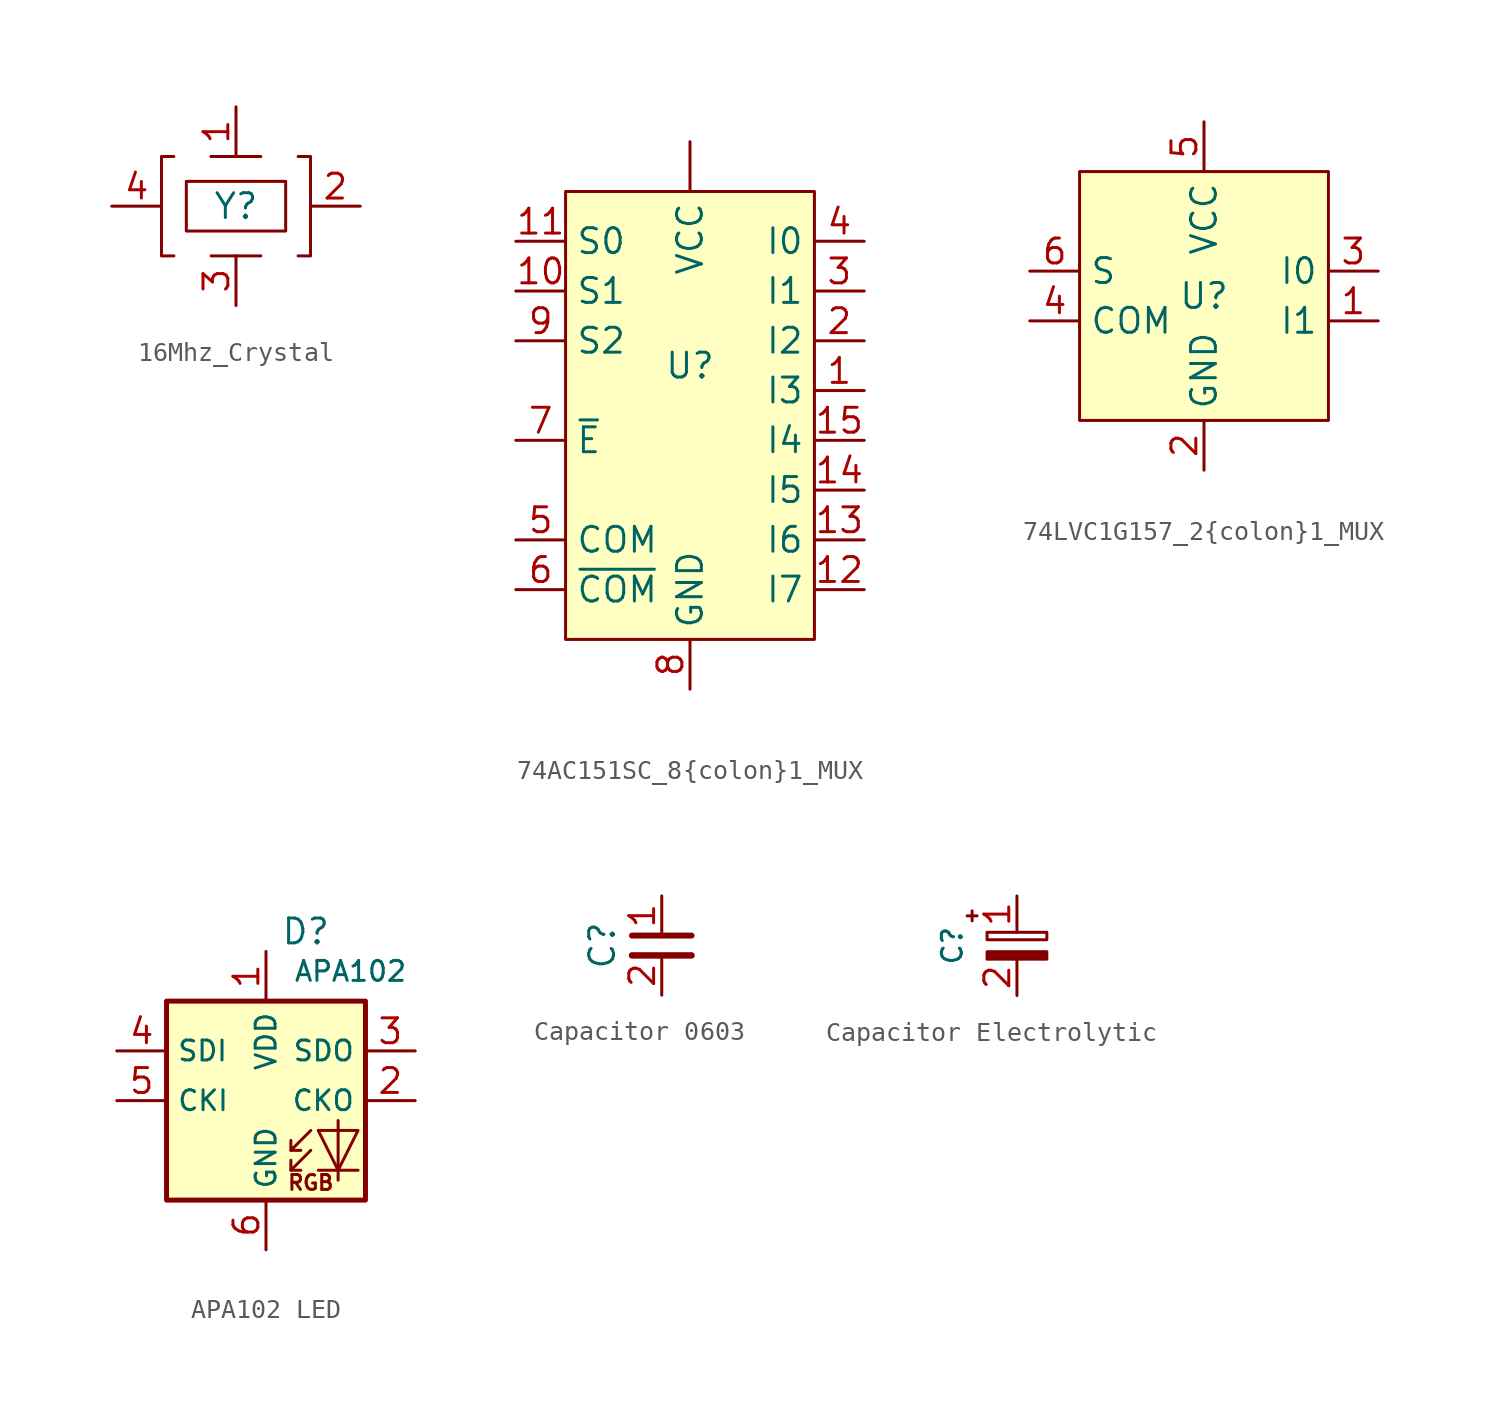
<source format=kicad_sym>
(kicad_symbol_lib
  (version 20241209)
  (generator "kicad_symbol_editor")
  (generator_version "9.0")
  (symbol "16Mhz_Crystal"
    (property "Reference" "Y"
      (at 0 0 0)
      (effects (font (size 1.27 1.27))))
    (property "Value" ""
      (at 0 0 0)
      (effects (font (size 1.27 1.27))))
    (symbol "16Mhz_Crystal_0_1"
      (polyline (pts (xy -3.81 1.27) (xy -3.81 2.54) (xy -3.175 2.54)) (stroke (width 0) (type default)) (fill (type none)))
      (polyline (pts (xy -3.81 -1.27) (xy -3.81 1.27)) (stroke (width 0) (type default)) (fill (type none)))
      (polyline (pts (xy -3.81 -1.27) (xy -3.81 -2.54) (xy -3.175 -2.54)) (stroke (width 0) (type default)) (fill (type none)))
      (rectangle (start -2.54 1.27) (end 2.54 -1.27) (stroke (width 0) (type default)) (fill (type none)))
      (polyline (pts (xy -1.27 2.54) (xy -1.27 2.54)) (stroke (width 0) (type default)) (fill (type none)))
      (polyline (pts (xy -1.27 2.54) (xy 1.27 2.54)) (stroke (width 0) (type default)) (fill (type none)))
      (polyline (pts (xy -1.27 -2.54) (xy 1.27 -2.54)) (stroke (width 0) (type default)) (fill (type none)))
      (polyline (pts (xy 3.81 1.27) (xy 3.81 -1.27)) (stroke (width 0) (type default)) (fill (type none)))
      (polyline (pts (xy 3.81 1.27) (xy 3.81 2.54) (xy 3.175 2.54)) (stroke (width 0) (type default)) (fill (type none)))
      (polyline (pts (xy 3.81 -1.27) (xy 3.81 -2.54) (xy 3.175 -2.54)) (stroke (width 0) (type default)) (fill (type none))))
    (symbol "16Mhz_Crystal_1_1"
      (pin passive line (at -6.35 0 0) (length 2.54) (name "" (effects (font (size 1.27 1.27)))) (number "4" (effects (font (size 1.27 1.27)))))
      (pin passive line (at 0 5.08 270) (length 2.54) (name "" (effects (font (size 1.27 1.27)))) (number "1" (effects (font (size 1.27 1.27)))))
      (pin passive line (at 0 -5.08 90) (length 2.54) (name "" (effects (font (size 1.27 1.27)))) (number "3" (effects (font (size 1.27 1.27)))))
      (pin passive line (at 6.35 0 180) (length 2.54) (name "" (effects (font (size 1.27 1.27)))) (number "2" (effects (font (size 1.27 1.27)))))))
  (symbol "74AC151SC_8{colon}1_MUX"
    (property "Reference" "U"
      (at 0 0 0)
      (effects (font (size 1.27 1.27))))
    (symbol "74AC151SC_8{colon}1_MUX_1_1"
      (rectangle (start -6.35 8.89) (end 6.35 -13.97) (stroke (width 0) (type solid)) (fill (type background)))
      (pin input line (at -8.89 6.35 0) (length 2.54) (name "S0" (effects (font (size 1.27 1.27)))) (number "11" (effects (font (size 1.27 1.27)))))
      (pin input line (at -8.89 3.81 0) (length 2.54) (name "S1" (effects (font (size 1.27 1.27)))) (number "10" (effects (font (size 1.27 1.27)))))
      (pin input line (at -8.89 1.27 0) (length 2.54) (name "S2" (effects (font (size 1.27 1.27)))) (number "9" (effects (font (size 1.27 1.27)))))
      (pin input line (at -8.89 -3.81 0) (length 2.54) (name "~{E}" (effects (font (size 1.27 1.27)))) (number "7" (effects (font (size 1.27 1.27)))))
      (pin passive line (at -8.89 -8.89 0) (length 2.54) (name "COM" (effects (font (size 1.27 1.27)))) (number "5" (effects (font (size 1.27 1.27)))))
      (pin passive line (at -8.89 -11.43 0) (length 2.54) (name "~{COM}" (effects (font (size 1.27 1.27)))) (number "6" (effects (font (size 1.27 1.27)))))
      (pin power_in line (at 0 11.43 270) (length 2.54) (name "VCC" (effects (font (size 1.27 1.27)))) (number "" (effects (font (size 1.27 1.27)))))
      (pin power_in line (at 0 -16.51 90) (length 2.54) (name "GND" (effects (font (size 1.27 1.27)))) (number "8" (effects (font (size 1.27 1.27)))))
      (pin passive line (at 8.89 6.35 180) (length 2.54) (name "I0" (effects (font (size 1.27 1.27)))) (number "4" (effects (font (size 1.27 1.27)))))
      (pin passive line (at 8.89 3.81 180) (length 2.54) (name "I1" (effects (font (size 1.27 1.27)))) (number "3" (effects (font (size 1.27 1.27)))))
      (pin passive line (at 8.89 1.27 180) (length 2.54) (name "I2" (effects (font (size 1.27 1.27)))) (number "2" (effects (font (size 1.27 1.27)))))
      (pin passive line (at 8.89 -1.27 180) (length 2.54) (name "I3" (effects (font (size 1.27 1.27)))) (number "1" (effects (font (size 1.27 1.27)))))
      (pin passive line (at 8.89 -3.81 180) (length 2.54) (name "I4" (effects (font (size 1.27 1.27)))) (number "15" (effects (font (size 1.27 1.27)))))
      (pin passive line (at 8.89 -6.35 180) (length 2.54) (name "I5" (effects (font (size 1.27 1.27)))) (number "14" (effects (font (size 1.27 1.27)))))
      (pin passive line (at 8.89 -8.89 180) (length 2.54) (name "I6" (effects (font (size 1.27 1.27)))) (number "13" (effects (font (size 1.27 1.27)))))
      (pin passive line (at 8.89 -11.43 180) (length 2.54) (name "I7" (effects (font (size 1.27 1.27)))) (number "12" (effects (font (size 1.27 1.27)))))))
  (symbol "74LVC1G157_2{colon}1_MUX"
    (property "Reference" "U"
      (at 0 0 0)
      (effects (font (size 1.27 1.27))))
    (symbol "74LVC1G157_2{colon}1_MUX_1_1"
      (rectangle (start -6.35 6.35) (end 6.35 -6.35) (stroke (width 0) (type solid)) (fill (type background)))
      (pin input line (at -8.89 1.27 0) (length 2.54) (name "S" (effects (font (size 1.27 1.27)))) (number "6" (effects (font (size 1.27 1.27)))))
      (pin passive line (at -8.89 -1.27 0) (length 2.54) (name "COM" (effects (font (size 1.27 1.27)))) (number "4" (effects (font (size 1.27 1.27)))))
      (pin power_in line (at 0 8.89 270) (length 2.54) (name "VCC" (effects (font (size 1.27 1.27)))) (number "5" (effects (font (size 1.27 1.27)))))
      (pin power_in line (at 0 -8.89 90) (length 2.54) (name "GND" (effects (font (size 1.27 1.27)))) (number "2" (effects (font (size 1.27 1.27)))))
      (pin passive line (at 8.89 1.27 180) (length 2.54) (name "I0" (effects (font (size 1.27 1.27)))) (number "3" (effects (font (size 1.27 1.27)))))
      (pin passive line (at 8.89 -1.27 180) (length 2.54) (name "I1" (effects (font (size 1.27 1.27)))) (number "1" (effects (font (size 1.27 1.27)))))))
  (symbol "APA102 LED"
    (property "Reference" "D"
      (at 2.032 8.636 0)
      (effects (font (size 1.27 1.27))))
    (property "Value" "APA102"
      (at 4.318 6.604 0)
      (effects (font (size 1.016 1.016))))
    (symbol "APA102 LED_0_0"
      (text "RGB" (at 2.286 -4.191 0) (effects (font (size 0.762 0.762)))))
    (symbol "APA102 LED_0_1"
      (rectangle (start -5.08 5.08) (end 5.08 -5.08) (stroke (width 0.254) (type default)) (fill (type background)))
      (polyline (pts (xy 1.27 -2.54) (xy 1.778 -2.54)) (stroke (width 0) (type default)) (fill (type none)))
      (polyline (pts (xy 1.27 -3.556) (xy 1.778 -3.556)) (stroke (width 0) (type default)) (fill (type none)))
      (polyline (pts (xy 2.286 -1.524) (xy 1.27 -2.54) (xy 1.27 -2.032)) (stroke (width 0) (type default)) (fill (type none)))
      (polyline (pts (xy 2.286 -2.54) (xy 1.27 -3.556) (xy 1.27 -3.048)) (stroke (width 0) (type default)) (fill (type none)))
      (polyline (pts (xy 3.683 -1.016) (xy 3.683 -3.556) (xy 3.683 -4.064)) (stroke (width 0) (type default)) (fill (type none)))
      (polyline (pts (xy 4.699 -1.524) (xy 2.667 -1.524) (xy 3.683 -3.556) (xy 4.699 -1.524)) (stroke (width 0) (type default)) (fill (type none)))
      (polyline (pts (xy 4.699 -3.556) (xy 2.667 -3.556)) (stroke (width 0) (type default)) (fill (type none))))
    (symbol "APA102 LED_1_1"
      (pin input line (at -7.62 2.54 0) (length 2.54) (name "SDI" (effects (font (size 1.016 1.016)))) (number "4" (effects (font (size 1.27 1.27)))))
      (pin input line (at -7.62 0 0) (length 2.54) (name "CKI" (effects (font (size 1.016 1.016)))) (number "5" (effects (font (size 1.27 1.27)))))
      (pin power_in line (at 0 7.62 270) (length 2.54) (name "VDD" (effects (font (size 1.016 1.016)))) (number "1" (effects (font (size 1.27 1.27)))))
      (pin power_in line (at 0 -7.62 90) (length 2.54) (name "GND" (effects (font (size 1.016 1.016)))) (number "6" (effects (font (size 1.27 1.27)))))
      (pin output line (at 7.62 2.54 180) (length 2.54) (name "SDO" (effects (font (size 1.016 1.016)))) (number "3" (effects (font (size 1.27 1.27)))))
      (pin output line (at 7.62 0 180) (length 2.54) (name "CKO" (effects (font (size 1.016 1.016)))) (number "2" (effects (font (size 1.27 1.27)))))))
  (symbol "Capacitor 0603"
    (property "Reference" "C"
      (at -3.048 0 90)
      (effects (font (size 1.27 1.27))))
    (property "Value" ""
      (at 0 0 0)
      (effects (font (size 1.27 1.27))))
    (symbol "Capacitor 0603_0_1"
      (polyline (pts (xy -1.524 0.508) (xy 1.524 0.508)) (stroke (width 0.305) (type default)) (fill (type none)))
      (polyline (pts (xy -1.524 -0.508) (xy 1.524 -0.508)) (stroke (width 0.33) (type default)) (fill (type none))))
    (symbol "Capacitor 0603_1_1"
      (pin passive line (at 0 2.54 270) (length 2.032) (name "~" (effects (font (size 1.27 1.27)))) (number "1" (effects (font (size 1.27 1.27)))))
      (pin passive line (at 0 -2.54 90) (length 2.032) (name "~" (effects (font (size 1.27 1.27)))) (number "2" (effects (font (size 1.27 1.27)))))))
  (symbol "Capacitor Electrolytic"
    (property "Reference" "C"
      (at -3.302 0 90)
      (effects (font (size 1.016 1.016))))
    (property "Value" ""
      (at 0 0 0)
      (effects (font (size 1.27 1.27))))
    (symbol "Capacitor Electrolytic_0_1"
      (polyline (pts (xy -2.54 1.524) (xy -2.032 1.524)) (stroke (width 0) (type default)) (fill (type none)))
      (polyline (pts (xy -2.286 1.27) (xy -2.286 1.778)) (stroke (width 0) (type default)) (fill (type none)))
      (rectangle (start -1.524 0.686) (end 1.524 0.305) (stroke (width 0) (type default)) (fill (type none)))
      (rectangle (start -1.524 -0.305) (end 1.524 -0.686) (stroke (width 0) (type default)) (fill (type outline))))
    (symbol "Capacitor Electrolytic_1_1"
      (pin passive line (at 0 2.54 270) (length 1.854) (name "~" (effects (font (size 1.27 1.27)))) (number "1" (effects (font (size 1.27 1.27)))))
      (pin passive line (at 0 -2.54 90) (length 1.854) (name "~" (effects (font (size 1.27 1.27)))) (number "2" (effects (font (size 1.27 1.27))))))))
</source>
